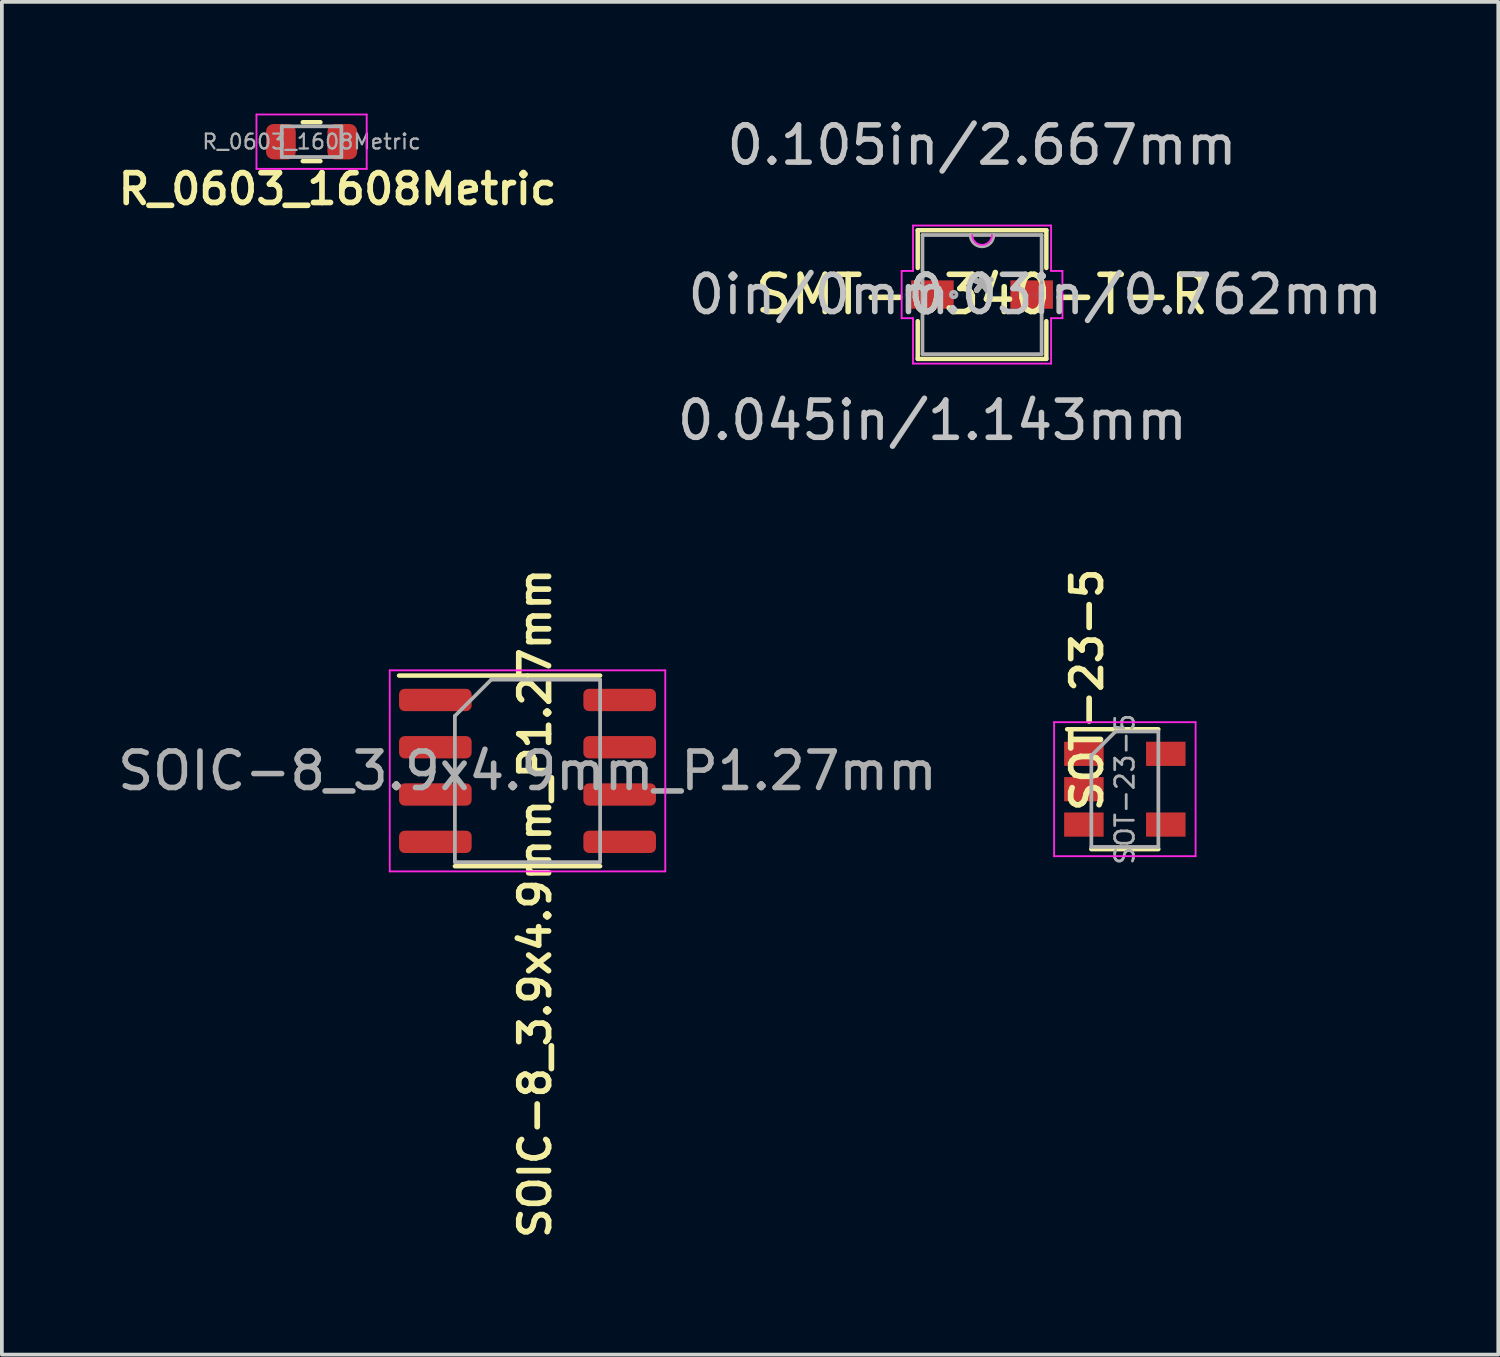
<source format=kicad_pcb>
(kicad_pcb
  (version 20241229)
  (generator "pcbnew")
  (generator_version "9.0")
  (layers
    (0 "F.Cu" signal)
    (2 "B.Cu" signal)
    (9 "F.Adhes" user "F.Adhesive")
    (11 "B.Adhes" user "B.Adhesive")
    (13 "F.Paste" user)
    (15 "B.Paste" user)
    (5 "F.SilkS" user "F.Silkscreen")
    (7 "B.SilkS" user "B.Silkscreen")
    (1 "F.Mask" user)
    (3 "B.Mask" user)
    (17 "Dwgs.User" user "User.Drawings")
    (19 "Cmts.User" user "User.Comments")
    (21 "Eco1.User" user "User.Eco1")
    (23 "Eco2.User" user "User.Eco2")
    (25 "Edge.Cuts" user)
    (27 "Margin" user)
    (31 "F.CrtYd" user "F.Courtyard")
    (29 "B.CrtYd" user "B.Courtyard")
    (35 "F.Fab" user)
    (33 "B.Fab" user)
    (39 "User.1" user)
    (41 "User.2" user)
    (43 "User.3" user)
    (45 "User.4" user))
  (footprint "SOIC-8_3.9x4.9mm_P1.27mm"
    (layer "F.Cu")
    (at 11.117 17.653)
    (property "Reference" "SOIC-8_3.9x4.9mm_P1.27mm" (at 0.203 3.556 90) (layer "F.SilkS") (effects (font (size 0.8 0.8) (thickness 0.153))))
    (attr smd)
    (fp_line (start 0 -2.56) (end -3.45 -2.56) (stroke (width 0.12) (type solid)) (layer "F.SilkS"))
    (fp_line (start 0 -2.56) (end 1.95 -2.56) (stroke (width 0.12) (type solid)) (layer "F.SilkS"))
    (fp_line (start 0 2.56) (end -1.95 2.56) (stroke (width 0.12) (type solid)) (layer "F.SilkS"))
    (fp_line (start 0 2.56) (end 1.95 2.56) (stroke (width 0.12) (type solid)) (layer "F.SilkS"))
    (fp_line (start -3.7 -2.7) (end -3.7 2.7) (stroke (width 0.05) (type solid)) (layer "F.CrtYd"))
    (fp_line (start -3.7 2.7) (end 3.7 2.7) (stroke (width 0.05) (type solid)) (layer "F.CrtYd"))
    (fp_line (start 3.7 -2.7) (end -3.7 -2.7) (stroke (width 0.05) (type solid)) (layer "F.CrtYd"))
    (fp_line (start 3.7 2.7) (end 3.7 -2.7) (stroke (width 0.05) (type solid)) (layer "F.CrtYd"))
    (fp_line (start -1.95 -1.475) (end -0.975 -2.45) (stroke (width 0.1) (type solid)) (layer "F.Fab"))
    (fp_line (start -1.95 2.45) (end -1.95 -1.475) (stroke (width 0.1) (type solid)) (layer "F.Fab"))
    (fp_line (start -0.975 -2.45) (end 1.95 -2.45) (stroke (width 0.1) (type solid)) (layer "F.Fab"))
    (fp_line (start 1.95 -2.45) (end 1.95 2.45) (stroke (width 0.1) (type solid)) (layer "F.Fab"))
    (fp_line (start 1.95 2.45) (end -1.95 2.45) (stroke (width 0.1) (type solid)) (layer "F.Fab"))
    (fp_text user "${REFERENCE}" (at 0 0 0) (layer "F.Fab") (effects (font (size 0.98 0.98) (thickness 0.15))))
    (pad "1" smd roundrect (at -2.475 -1.905) (size 1.95 0.6) (layers "F.Cu" "F.Mask" "F.Paste") (roundrect_rratio 0.25))
    (pad "2" smd roundrect (at -2.475 -0.635) (size 1.95 0.6) (layers "F.Cu" "F.Mask" "F.Paste") (roundrect_rratio 0.25))
    (pad "3" smd roundrect (at -2.475 0.635) (size 1.95 0.6) (layers "F.Cu" "F.Mask" "F.Paste") (roundrect_rratio 0.25))
    (pad "4" smd roundrect (at -2.475 1.905) (size 1.95 0.6) (layers "F.Cu" "F.Mask" "F.Paste") (roundrect_rratio 0.25))
    (pad "5" smd roundrect (at 2.475 1.905) (size 1.95 0.6) (layers "F.Cu" "F.Mask" "F.Paste") (roundrect_rratio 0.25))
    (pad "6" smd roundrect (at 2.475 0.635) (size 1.95 0.6) (layers "F.Cu" "F.Mask" "F.Paste") (roundrect_rratio 0.25))
    (pad "7" smd roundrect (at 2.475 -0.635) (size 1.95 0.6) (layers "F.Cu" "F.Mask" "F.Paste") (roundrect_rratio 0.25))
    (pad "8" smd roundrect (at 2.475 -1.905) (size 1.95 0.6) (layers "F.Cu" "F.Mask" "F.Paste") (roundrect_rratio 0.25)))
  (footprint "SOT-23-5"
    (layer "F.Cu")
    (at 27.159 18.145)
    (property "Reference" "SOT-23-5" (at -1.016 -2.67 90) (layer "F.SilkS") (effects (font (size 0.8 0.8) (thickness 0.153))))
    (attr smd)
    (fp_line (start -0.9 1.61) (end 0.9 1.61) (stroke (width 0.12) (type solid)) (layer "F.SilkS"))
    (fp_line (start 0.9 -1.61) (end -1.55 -1.61) (stroke (width 0.12) (type solid)) (layer "F.SilkS"))
    (fp_line (start -1.9 -1.8) (end 1.9 -1.8) (stroke (width 0.05) (type solid)) (layer "F.CrtYd"))
    (fp_line (start -1.9 1.8) (end -1.9 -1.8) (stroke (width 0.05) (type solid)) (layer "F.CrtYd"))
    (fp_line (start 1.9 -1.8) (end 1.9 1.8) (stroke (width 0.05) (type solid)) (layer "F.CrtYd"))
    (fp_line (start 1.9 1.8) (end -1.9 1.8) (stroke (width 0.05) (type solid)) (layer "F.CrtYd"))
    (fp_line (start -0.9 -0.9) (end -0.9 1.55) (stroke (width 0.1) (type solid)) (layer "F.Fab"))
    (fp_line (start -0.9 -0.9) (end -0.25 -1.55) (stroke (width 0.1) (type solid)) (layer "F.Fab"))
    (fp_line (start 0.9 -1.55) (end -0.25 -1.55) (stroke (width 0.1) (type solid)) (layer "F.Fab"))
    (fp_line (start 0.9 -1.55) (end 0.9 1.55) (stroke (width 0.1) (type solid)) (layer "F.Fab"))
    (fp_line (start 0.9 1.55) (end -0.9 1.55) (stroke (width 0.1) (type solid)) (layer "F.Fab"))
    (fp_text user "${REFERENCE}" (at 0 0 270) (layer "F.Fab") (effects (font (size 0.5 0.5) (thickness 0.075))))
    (pad "1" smd rect (at -1.1 -0.95) (size 1.06 0.65) (layers "F.Cu" "F.Mask" "F.Paste"))
    (pad "2" smd rect (at -1.1 0) (size 1.06 0.65) (layers "F.Cu" "F.Mask" "F.Paste"))
    (pad "3" smd rect (at -1.1 0.95) (size 1.06 0.65) (layers "F.Cu" "F.Mask" "F.Paste"))
    (pad "4" smd rect (at 1.1 0.95) (size 1.06 0.65) (layers "F.Cu" "F.Mask" "F.Paste"))
    (pad "5" smd rect (at 1.1 -0.95) (size 1.06 0.65) (layers "F.Cu" "F.Mask" "F.Paste")))
  (footprint "R_0603_1608Metric"
    (layer "F.Cu")
    (at 5.318 0.755)
    (property "Reference" "R_0603_1608Metric" (at 0.698 1.27 0) (layer "F.SilkS") (effects (font (size 0.8 0.8) (thickness 0.153))))
    (attr smd)
    (fp_line (start -0.237 -0.522) (end 0.237 -0.522) (stroke (width 0.12) (type solid)) (layer "F.SilkS"))
    (fp_line (start -0.237 0.522) (end 0.237 0.522) (stroke (width 0.12) (type solid)) (layer "F.SilkS"))
    (fp_line (start -1.48 -0.73) (end 1.48 -0.73) (stroke (width 0.05) (type solid)) (layer "F.CrtYd"))
    (fp_line (start -1.48 0.73) (end -1.48 -0.73) (stroke (width 0.05) (type solid)) (layer "F.CrtYd"))
    (fp_line (start 1.48 -0.73) (end 1.48 0.73) (stroke (width 0.05) (type solid)) (layer "F.CrtYd"))
    (fp_line (start 1.48 0.73) (end -1.48 0.73) (stroke (width 0.05) (type solid)) (layer "F.CrtYd"))
    (fp_line (start -0.8 -0.412) (end 0.8 -0.412) (stroke (width 0.1) (type solid)) (layer "F.Fab"))
    (fp_line (start -0.8 0.412) (end -0.8 -0.412) (stroke (width 0.1) (type solid)) (layer "F.Fab"))
    (fp_line (start 0.8 -0.412) (end 0.8 0.412) (stroke (width 0.1) (type solid)) (layer "F.Fab"))
    (fp_line (start 0.8 0.412) (end -0.8 0.412) (stroke (width 0.1) (type solid)) (layer "F.Fab"))
    (fp_text user "${REFERENCE}" (at 0 0 0) (layer "F.Fab") (effects (font (size 0.4 0.4) (thickness 0.06))))
    (pad "1" smd roundrect (at -0.825 0) (size 0.8 0.95) (layers "F.Cu" "F.Mask" "F.Paste") (roundrect_rratio 0.25))
    (pad "2" smd roundrect (at 0.825 0) (size 0.8 0.95) (layers "F.Cu" "F.Mask" "F.Paste") (roundrect_rratio 0.25)))
  (footprint "SMT-0340-T-R"
    (layer "F.Cu")
    (at 23.324 4.861)
    (property "Reference" "SMT-0340-T-R" (at 0 0 0) (layer "F.SilkS") (effects (font (size 1 1) (thickness 0.15))))
    (attr through_hole)
    (fp_line (start -1.727 -1.727) (end -1.727 -0.714) (stroke (width 0.12) (type solid)) (layer "F.SilkS"))
    (fp_line (start -1.727 0.714) (end -1.727 1.727) (stroke (width 0.12) (type solid)) (layer "F.SilkS"))
    (fp_line (start -1.727 1.727) (end 1.727 1.727) (stroke (width 0.12) (type solid)) (layer "F.SilkS"))
    (fp_line (start 1.727 -1.727) (end -1.727 -1.727) (stroke (width 0.12) (type solid)) (layer "F.SilkS"))
    (fp_line (start 1.727 -0.714) (end 1.727 -1.727) (stroke (width 0.12) (type solid)) (layer "F.SilkS"))
    (fp_line (start 1.727 1.727) (end 1.727 0.714) (stroke (width 0.12) (type solid)) (layer "F.SilkS"))
    (fp_line (start -2.159 -0.635) (end -1.854 -0.635) (stroke (width 0.05) (type solid)) (layer "F.CrtYd"))
    (fp_line (start -2.159 0.635) (end -2.159 -0.635) (stroke (width 0.05) (type solid)) (layer "F.CrtYd"))
    (fp_line (start -1.854 -1.854) (end 1.854 -1.854) (stroke (width 0.05) (type solid)) (layer "F.CrtYd"))
    (fp_line (start -1.854 -0.635) (end -1.854 -1.854) (stroke (width 0.05) (type solid)) (layer "F.CrtYd"))
    (fp_line (start -1.854 0.635) (end -2.159 0.635) (stroke (width 0.05) (type solid)) (layer "F.CrtYd"))
    (fp_line (start -1.854 1.854) (end -1.854 0.635) (stroke (width 0.05) (type solid)) (layer "F.CrtYd"))
    (fp_line (start 1.854 -1.854) (end 1.854 -0.635) (stroke (width 0.05) (type solid)) (layer "F.CrtYd"))
    (fp_line (start 1.854 -0.635) (end 2.159 -0.635) (stroke (width 0.05) (type solid)) (layer "F.CrtYd"))
    (fp_line (start 1.854 0.635) (end 1.854 1.854) (stroke (width 0.05) (type solid)) (layer "F.CrtYd"))
    (fp_line (start 1.854 1.854) (end -1.854 1.854) (stroke (width 0.05) (type solid)) (layer "F.CrtYd"))
    (fp_line (start 2.159 -0.635) (end 2.159 0.635) (stroke (width 0.05) (type solid)) (layer "F.CrtYd"))
    (fp_line (start 2.159 0.635) (end 1.854 0.635) (stroke (width 0.05) (type solid)) (layer "F.CrtYd"))
    (fp_arc (start 0.2667 -1.6002) (mid 0 -1.3335) (end -0.2667 -1.6002) (stroke (width 0.05) (type solid)) (layer "F.CrtYd"))
    (fp_circle (center -2.007 0) (end -2.007 0) (stroke (width 0.05) (type solid)) (fill no) (layer "F.CrtYd"))
    (fp_line (start -1.6 -1.6) (end -1.6 1.6) (stroke (width 0.1) (type solid)) (layer "F.Fab"))
    (fp_line (start -1.6 1.6) (end 1.6 1.6) (stroke (width 0.1) (type solid)) (layer "F.Fab"))
    (fp_line (start 1.6 -1.6) (end -1.6 -1.6) (stroke (width 0.1) (type solid)) (layer "F.Fab"))
    (fp_line (start 1.6 1.6) (end 1.6 -1.6) (stroke (width 0.1) (type solid)) (layer "F.Fab"))
    (fp_arc (start 0.3048 -1.6002) (mid 0 -1.2954) (end -0.3048 -1.6002) (stroke (width 0.1) (type solid)) (layer "F.Fab"))
    (fp_circle (center -0.762 0) (end -0.686 0) (stroke (width 0.1) (type solid)) (fill no) (layer "F.Fab"))
    (fp_text user "*" (at 0 0 0) (layer "F.SilkS") (effects (font (size 1 1) (thickness 0.15))))
    (fp_text user "0in/0mm" (at -4.381 0 0) (layer "Dwgs.User") (effects (font (size 1 1) (thickness 0.15))))
    (fp_text user "0.105in/2.667mm" (at 0 -4.013 0) (layer "Dwgs.User") (effects (font (size 1 1) (thickness 0.15))))
    (fp_text user "0.03in/0.762mm" (at 4.381 0 0) (layer "Dwgs.User") (effects (font (size 1 1) (thickness 0.15))))
    (fp_text user "0.045in/1.143mm" (at -1.333 3.378 0) (layer "Dwgs.User") (effects (font (size 1 1) (thickness 0.15))))
    (fp_text user "Copyright 2021 Accelerated Designs. All rights reserved." (at 0 0 0) (layer "Cmts.User") (effects (font (size 0.127 0.127) (thickness 0.002))))
    (fp_text user "*" (at 0 0 0) (layer "F.Fab") (effects (font (size 1 1) (thickness 0.15))))
    (pad "1" smd rect (at -1.333 0) (size 1.143 0.762) (layers "F.Cu" "F.Mask" "F.Paste"))
    (pad "2" smd rect (at 1.333 0) (size 1.143 0.762) (layers "F.Cu" "F.Mask" "F.Paste")))
  (gr_rect
    (start -3 -3)
    (end 37.188 33.33)
    (stroke (width 0.1) (type default))
    (fill no)
    (layer "Edge.Cuts")))
</source>
